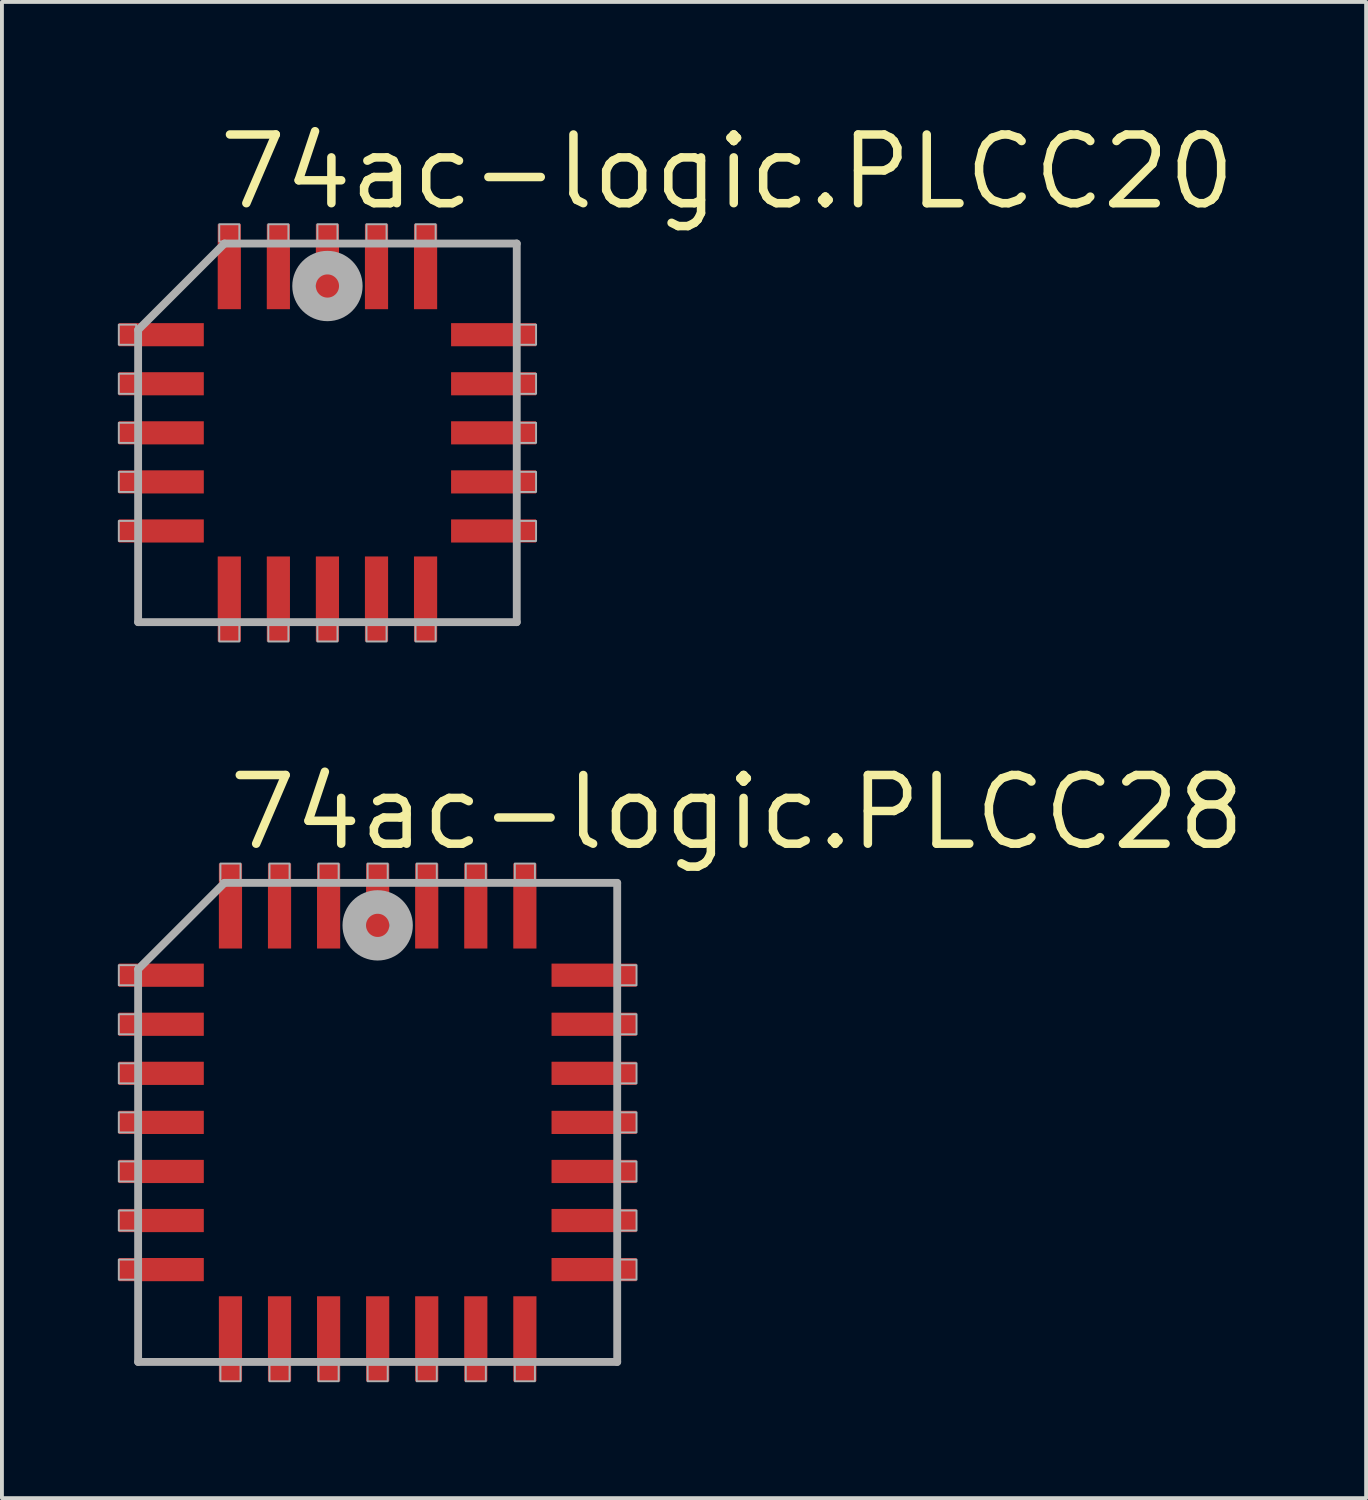
<source format=kicad_pcb>
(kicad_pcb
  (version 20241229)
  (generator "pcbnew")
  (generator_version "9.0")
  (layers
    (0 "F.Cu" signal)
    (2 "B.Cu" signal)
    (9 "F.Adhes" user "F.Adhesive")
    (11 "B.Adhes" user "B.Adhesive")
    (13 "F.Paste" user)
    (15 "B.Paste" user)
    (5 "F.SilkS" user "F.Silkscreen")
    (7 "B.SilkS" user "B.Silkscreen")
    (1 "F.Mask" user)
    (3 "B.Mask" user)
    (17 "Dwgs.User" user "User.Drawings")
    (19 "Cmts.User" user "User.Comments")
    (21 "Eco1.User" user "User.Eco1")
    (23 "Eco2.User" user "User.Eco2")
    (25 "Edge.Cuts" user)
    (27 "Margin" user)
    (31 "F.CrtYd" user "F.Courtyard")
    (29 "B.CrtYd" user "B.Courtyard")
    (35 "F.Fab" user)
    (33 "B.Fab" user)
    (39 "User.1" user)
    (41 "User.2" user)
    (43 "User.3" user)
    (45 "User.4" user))
  (footprint "74ac-logic.PLCC20"
    (layer "F.Cu")
    (at 5.425 8.153)
    (property "Reference" "74ac-logic.PLCC20" (at -2.921 -5.715 0) (layer "F.SilkS") (effects (font (size 1.778 1.778) (thickness 0.22)) (justify left bottom)))
    (attr smd)
    (fp_line (start -4.9 -2.665) (end -4.9 4.9) (stroke (width 0.203) (type default)) (layer "F.Fab"))
    (fp_line (start -4.9 4.9) (end 4.9 4.9) (stroke (width 0.203) (type default)) (layer "F.Fab"))
    (fp_line (start -2.665 -4.9) (end -4.9 -2.665) (stroke (width 0.203) (type default)) (layer "F.Fab"))
    (fp_line (start 4.9 -4.9) (end -2.665 -4.9) (stroke (width 0.203) (type default)) (layer "F.Fab"))
    (fp_line (start 4.9 4.9) (end 4.9 -4.9) (stroke (width 0.203) (type default)) (layer "F.Fab"))
    (fp_rect (start -5.4 -2.28) (end -4.95 -2.8) (stroke (width 0.05) (type default)) (fill no) (layer "F.Fab"))
    (fp_rect (start -5.4 -1.01) (end -4.95 -1.53) (stroke (width 0.05) (type default)) (fill no) (layer "F.Fab"))
    (fp_rect (start -5.4 0.26) (end -4.95 -0.26) (stroke (width 0.05) (type default)) (fill no) (layer "F.Fab"))
    (fp_rect (start -5.4 1.53) (end -4.95 1.01) (stroke (width 0.05) (type default)) (fill no) (layer "F.Fab"))
    (fp_rect (start -5.4 2.8) (end -4.95 2.28) (stroke (width 0.05) (type default)) (fill no) (layer "F.Fab"))
    (fp_rect (start -2.8 -4.95) (end -2.28 -5.4) (stroke (width 0.05) (type default)) (fill no) (layer "F.Fab"))
    (fp_rect (start -2.8 5.4) (end -2.28 4.95) (stroke (width 0.05) (type default)) (fill no) (layer "F.Fab"))
    (fp_rect (start -1.53 -4.95) (end -1.01 -5.4) (stroke (width 0.05) (type default)) (fill no) (layer "F.Fab"))
    (fp_rect (start -1.53 5.4) (end -1.01 4.95) (stroke (width 0.05) (type default)) (fill no) (layer "F.Fab"))
    (fp_rect (start -0.26 -4.95) (end 0.26 -5.4) (stroke (width 0.05) (type default)) (fill no) (layer "F.Fab"))
    (fp_rect (start -0.26 5.4) (end 0.26 4.95) (stroke (width 0.05) (type default)) (fill no) (layer "F.Fab"))
    (fp_rect (start 1.01 -4.95) (end 1.53 -5.4) (stroke (width 0.05) (type default)) (fill no) (layer "F.Fab"))
    (fp_rect (start 1.01 5.4) (end 1.53 4.95) (stroke (width 0.05) (type default)) (fill no) (layer "F.Fab"))
    (fp_rect (start 2.28 -4.95) (end 2.8 -5.4) (stroke (width 0.05) (type default)) (fill no) (layer "F.Fab"))
    (fp_rect (start 2.28 5.4) (end 2.8 4.95) (stroke (width 0.05) (type default)) (fill no) (layer "F.Fab"))
    (fp_rect (start 4.95 -2.28) (end 5.4 -2.8) (stroke (width 0.05) (type default)) (fill no) (layer "F.Fab"))
    (fp_rect (start 4.95 -1.01) (end 5.4 -1.53) (stroke (width 0.05) (type default)) (fill no) (layer "F.Fab"))
    (fp_rect (start 4.95 0.26) (end 5.4 -0.26) (stroke (width 0.05) (type default)) (fill no) (layer "F.Fab"))
    (fp_rect (start 4.95 1.53) (end 5.4 1.01) (stroke (width 0.05) (type default)) (fill no) (layer "F.Fab"))
    (fp_rect (start 4.95 2.8) (end 5.4 2.28) (stroke (width 0.05) (type default)) (fill no) (layer "F.Fab"))
    (fp_circle (center 0 -3.8) (end 0.3 -3.8) (stroke (width 0.61) (type default)) (fill no) (layer "F.Fab"))
    (pad "1" smd roundrect (at 0 -4.3) (size 0.6 2.2) (layers "F.Cu" "F.Mask" "F.Paste") (roundrect_rratio 0.01))
    (pad "2" smd roundrect (at -1.27 -4.3) (size 0.6 2.2) (layers "F.Cu" "F.Mask" "F.Paste") (roundrect_rratio 0.01))
    (pad "3" smd roundrect (at -2.54 -4.3) (size 0.6 2.2) (layers "F.Cu" "F.Mask" "F.Paste") (roundrect_rratio 0.01))
    (pad "4" smd roundrect (at -4.3 -2.54) (size 2.2 0.6) (layers "F.Cu" "F.Mask" "F.Paste") (roundrect_rratio 0.01))
    (pad "5" smd roundrect (at -4.3 -1.27) (size 2.2 0.6) (layers "F.Cu" "F.Mask" "F.Paste") (roundrect_rratio 0.01))
    (pad "6" smd roundrect (at -4.3 0) (size 2.2 0.6) (layers "F.Cu" "F.Mask" "F.Paste") (roundrect_rratio 0.01))
    (pad "7" smd roundrect (at -4.3 1.27) (size 2.2 0.6) (layers "F.Cu" "F.Mask" "F.Paste") (roundrect_rratio 0.01))
    (pad "8" smd roundrect (at -4.3 2.54) (size 2.2 0.6) (layers "F.Cu" "F.Mask" "F.Paste") (roundrect_rratio 0.01))
    (pad "9" smd roundrect (at -2.54 4.3) (size 0.6 2.2) (layers "F.Cu" "F.Mask" "F.Paste") (roundrect_rratio 0.01))
    (pad "10" smd roundrect (at -1.27 4.3) (size 0.6 2.2) (layers "F.Cu" "F.Mask" "F.Paste") (roundrect_rratio 0.01))
    (pad "11" smd roundrect (at 0 4.3) (size 0.6 2.2) (layers "F.Cu" "F.Mask" "F.Paste") (roundrect_rratio 0.01))
    (pad "12" smd roundrect (at 1.27 4.3) (size 0.6 2.2) (layers "F.Cu" "F.Mask" "F.Paste") (roundrect_rratio 0.01))
    (pad "13" smd roundrect (at 2.54 4.3) (size 0.6 2.2) (layers "F.Cu" "F.Mask" "F.Paste") (roundrect_rratio 0.01))
    (pad "14" smd roundrect (at 4.3 2.54) (size 2.2 0.6) (layers "F.Cu" "F.Mask" "F.Paste") (roundrect_rratio 0.01))
    (pad "15" smd roundrect (at 4.3 1.27) (size 2.2 0.6) (layers "F.Cu" "F.Mask" "F.Paste") (roundrect_rratio 0.01))
    (pad "16" smd roundrect (at 4.3 0) (size 2.2 0.6) (layers "F.Cu" "F.Mask" "F.Paste") (roundrect_rratio 0.01))
    (pad "17" smd roundrect (at 4.3 -1.27) (size 2.2 0.6) (layers "F.Cu" "F.Mask" "F.Paste") (roundrect_rratio 0.01))
    (pad "18" smd roundrect (at 4.3 -2.54) (size 2.2 0.6) (layers "F.Cu" "F.Mask" "F.Paste") (roundrect_rratio 0.01))
    (pad "19" smd roundrect (at 2.54 -4.3) (size 0.6 2.2) (layers "F.Cu" "F.Mask" "F.Paste") (roundrect_rratio 0.01))
    (pad "20" smd roundrect (at 1.27 -4.3) (size 0.6 2.2) (layers "F.Cu" "F.Mask" "F.Paste") (roundrect_rratio 0.01)))
  (footprint "74ac-logic.PLCC28"
    (layer "F.Cu")
    (at 6.725 26.001)
    (property "Reference" "74ac-logic.PLCC28" (at -3.967 -6.985 0) (layer "F.SilkS") (effects (font (size 1.778 1.778) (thickness 0.22)) (justify left bottom)))
    (attr smd)
    (fp_line (start -6.2 -3.965) (end -6.2 6.2) (stroke (width 0.203) (type default)) (layer "F.Fab"))
    (fp_line (start -6.2 6.2) (end 6.2 6.2) (stroke (width 0.203) (type default)) (layer "F.Fab"))
    (fp_line (start -3.965 -6.2) (end -6.2 -3.965) (stroke (width 0.203) (type default)) (layer "F.Fab"))
    (fp_line (start 6.2 -6.2) (end -3.965 -6.2) (stroke (width 0.203) (type default)) (layer "F.Fab"))
    (fp_line (start 6.2 6.2) (end 6.2 -6.2) (stroke (width 0.203) (type default)) (layer "F.Fab"))
    (fp_rect (start -6.7 -3.55) (end -6.25 -4.07) (stroke (width 0.05) (type default)) (fill no) (layer "F.Fab"))
    (fp_rect (start -6.7 -2.28) (end -6.25 -2.8) (stroke (width 0.05) (type default)) (fill no) (layer "F.Fab"))
    (fp_rect (start -6.7 -1.01) (end -6.25 -1.53) (stroke (width 0.05) (type default)) (fill no) (layer "F.Fab"))
    (fp_rect (start -6.7 0.26) (end -6.25 -0.26) (stroke (width 0.05) (type default)) (fill no) (layer "F.Fab"))
    (fp_rect (start -6.7 1.53) (end -6.25 1.01) (stroke (width 0.05) (type default)) (fill no) (layer "F.Fab"))
    (fp_rect (start -6.7 2.8) (end -6.25 2.28) (stroke (width 0.05) (type default)) (fill no) (layer "F.Fab"))
    (fp_rect (start -6.7 4.07) (end -6.25 3.55) (stroke (width 0.05) (type default)) (fill no) (layer "F.Fab"))
    (fp_rect (start -4.07 -6.25) (end -3.55 -6.7) (stroke (width 0.05) (type default)) (fill no) (layer "F.Fab"))
    (fp_rect (start -4.07 6.7) (end -3.55 6.25) (stroke (width 0.05) (type default)) (fill no) (layer "F.Fab"))
    (fp_rect (start -2.8 -6.25) (end -2.28 -6.7) (stroke (width 0.05) (type default)) (fill no) (layer "F.Fab"))
    (fp_rect (start -2.8 6.7) (end -2.28 6.25) (stroke (width 0.05) (type default)) (fill no) (layer "F.Fab"))
    (fp_rect (start -1.53 -6.25) (end -1.01 -6.7) (stroke (width 0.05) (type default)) (fill no) (layer "F.Fab"))
    (fp_rect (start -1.53 6.7) (end -1.01 6.25) (stroke (width 0.05) (type default)) (fill no) (layer "F.Fab"))
    (fp_rect (start -0.26 -6.25) (end 0.26 -6.7) (stroke (width 0.05) (type default)) (fill no) (layer "F.Fab"))
    (fp_rect (start -0.26 6.7) (end 0.26 6.25) (stroke (width 0.05) (type default)) (fill no) (layer "F.Fab"))
    (fp_rect (start 1.01 -6.25) (end 1.53 -6.7) (stroke (width 0.05) (type default)) (fill no) (layer "F.Fab"))
    (fp_rect (start 1.01 6.7) (end 1.53 6.25) (stroke (width 0.05) (type default)) (fill no) (layer "F.Fab"))
    (fp_rect (start 2.28 -6.25) (end 2.8 -6.7) (stroke (width 0.05) (type default)) (fill no) (layer "F.Fab"))
    (fp_rect (start 2.28 6.7) (end 2.8 6.25) (stroke (width 0.05) (type default)) (fill no) (layer "F.Fab"))
    (fp_rect (start 3.55 -6.25) (end 4.07 -6.7) (stroke (width 0.05) (type default)) (fill no) (layer "F.Fab"))
    (fp_rect (start 3.55 6.7) (end 4.07 6.25) (stroke (width 0.05) (type default)) (fill no) (layer "F.Fab"))
    (fp_rect (start 6.25 -3.55) (end 6.7 -4.07) (stroke (width 0.05) (type default)) (fill no) (layer "F.Fab"))
    (fp_rect (start 6.25 -2.28) (end 6.7 -2.8) (stroke (width 0.05) (type default)) (fill no) (layer "F.Fab"))
    (fp_rect (start 6.25 -1.01) (end 6.7 -1.53) (stroke (width 0.05) (type default)) (fill no) (layer "F.Fab"))
    (fp_rect (start 6.25 0.26) (end 6.7 -0.26) (stroke (width 0.05) (type default)) (fill no) (layer "F.Fab"))
    (fp_rect (start 6.25 1.53) (end 6.7 1.01) (stroke (width 0.05) (type default)) (fill no) (layer "F.Fab"))
    (fp_rect (start 6.25 2.8) (end 6.7 2.28) (stroke (width 0.05) (type default)) (fill no) (layer "F.Fab"))
    (fp_rect (start 6.25 4.07) (end 6.7 3.55) (stroke (width 0.05) (type default)) (fill no) (layer "F.Fab"))
    (fp_circle (center 0 -5.1) (end 0.3 -5.1) (stroke (width 0.61) (type default)) (fill no) (layer "F.Fab"))
    (pad "1" smd roundrect (at 0 -5.6) (size 0.6 2.2) (layers "F.Cu" "F.Mask" "F.Paste") (roundrect_rratio 0.01))
    (pad "2" smd roundrect (at -1.27 -5.6) (size 0.6 2.2) (layers "F.Cu" "F.Mask" "F.Paste") (roundrect_rratio 0.01))
    (pad "3" smd roundrect (at -2.54 -5.6) (size 0.6 2.2) (layers "F.Cu" "F.Mask" "F.Paste") (roundrect_rratio 0.01))
    (pad "4" smd roundrect (at -3.81 -5.6) (size 0.6 2.2) (layers "F.Cu" "F.Mask" "F.Paste") (roundrect_rratio 0.01))
    (pad "5" smd roundrect (at -5.6 -3.81) (size 2.2 0.6) (layers "F.Cu" "F.Mask" "F.Paste") (roundrect_rratio 0.01))
    (pad "6" smd roundrect (at -5.6 -2.54) (size 2.2 0.6) (layers "F.Cu" "F.Mask" "F.Paste") (roundrect_rratio 0.01))
    (pad "7" smd roundrect (at -5.6 -1.27) (size 2.2 0.6) (layers "F.Cu" "F.Mask" "F.Paste") (roundrect_rratio 0.01))
    (pad "8" smd roundrect (at -5.6 0) (size 2.2 0.6) (layers "F.Cu" "F.Mask" "F.Paste") (roundrect_rratio 0.01))
    (pad "9" smd roundrect (at -5.6 1.27) (size 2.2 0.6) (layers "F.Cu" "F.Mask" "F.Paste") (roundrect_rratio 0.01))
    (pad "10" smd roundrect (at -5.6 2.54) (size 2.2 0.6) (layers "F.Cu" "F.Mask" "F.Paste") (roundrect_rratio 0.01))
    (pad "11" smd roundrect (at -5.6 3.81) (size 2.2 0.6) (layers "F.Cu" "F.Mask" "F.Paste") (roundrect_rratio 0.01))
    (pad "12" smd roundrect (at -3.81 5.6) (size 0.6 2.2) (layers "F.Cu" "F.Mask" "F.Paste") (roundrect_rratio 0.01))
    (pad "13" smd roundrect (at -2.54 5.6) (size 0.6 2.2) (layers "F.Cu" "F.Mask" "F.Paste") (roundrect_rratio 0.01))
    (pad "14" smd roundrect (at -1.27 5.6) (size 0.6 2.2) (layers "F.Cu" "F.Mask" "F.Paste") (roundrect_rratio 0.01))
    (pad "15" smd roundrect (at 0 5.6) (size 0.6 2.2) (layers "F.Cu" "F.Mask" "F.Paste") (roundrect_rratio 0.01))
    (pad "16" smd roundrect (at 1.27 5.6) (size 0.6 2.2) (layers "F.Cu" "F.Mask" "F.Paste") (roundrect_rratio 0.01))
    (pad "17" smd roundrect (at 2.54 5.6) (size 0.6 2.2) (layers "F.Cu" "F.Mask" "F.Paste") (roundrect_rratio 0.01))
    (pad "18" smd roundrect (at 3.81 5.6) (size 0.6 2.2) (layers "F.Cu" "F.Mask" "F.Paste") (roundrect_rratio 0.01))
    (pad "19" smd roundrect (at 5.6 3.81) (size 2.2 0.6) (layers "F.Cu" "F.Mask" "F.Paste") (roundrect_rratio 0.01))
    (pad "20" smd roundrect (at 5.6 2.54) (size 2.2 0.6) (layers "F.Cu" "F.Mask" "F.Paste") (roundrect_rratio 0.01))
    (pad "21" smd roundrect (at 5.6 1.27) (size 2.2 0.6) (layers "F.Cu" "F.Mask" "F.Paste") (roundrect_rratio 0.01))
    (pad "22" smd roundrect (at 5.6 0) (size 2.2 0.6) (layers "F.Cu" "F.Mask" "F.Paste") (roundrect_rratio 0.01))
    (pad "23" smd roundrect (at 5.6 -1.27) (size 2.2 0.6) (layers "F.Cu" "F.Mask" "F.Paste") (roundrect_rratio 0.01))
    (pad "24" smd roundrect (at 5.6 -2.54) (size 2.2 0.6) (layers "F.Cu" "F.Mask" "F.Paste") (roundrect_rratio 0.01))
    (pad "25" smd roundrect (at 5.6 -3.81) (size 2.2 0.6) (layers "F.Cu" "F.Mask" "F.Paste") (roundrect_rratio 0.01))
    (pad "26" smd roundrect (at 3.81 -5.6) (size 0.6 2.2) (layers "F.Cu" "F.Mask" "F.Paste") (roundrect_rratio 0.01))
    (pad "27" smd roundrect (at 2.54 -5.6) (size 0.6 2.2) (layers "F.Cu" "F.Mask" "F.Paste") (roundrect_rratio 0.01))
    (pad "28" smd roundrect (at 1.27 -5.6) (size 0.6 2.2) (layers "F.Cu" "F.Mask" "F.Paste") (roundrect_rratio 0.01)))
  (gr_rect
    (start -3 -3)
    (end 32.309 35.726)
    (stroke (width 0.1) (type default))
    (fill no)
    (layer "Edge.Cuts")))
</source>
